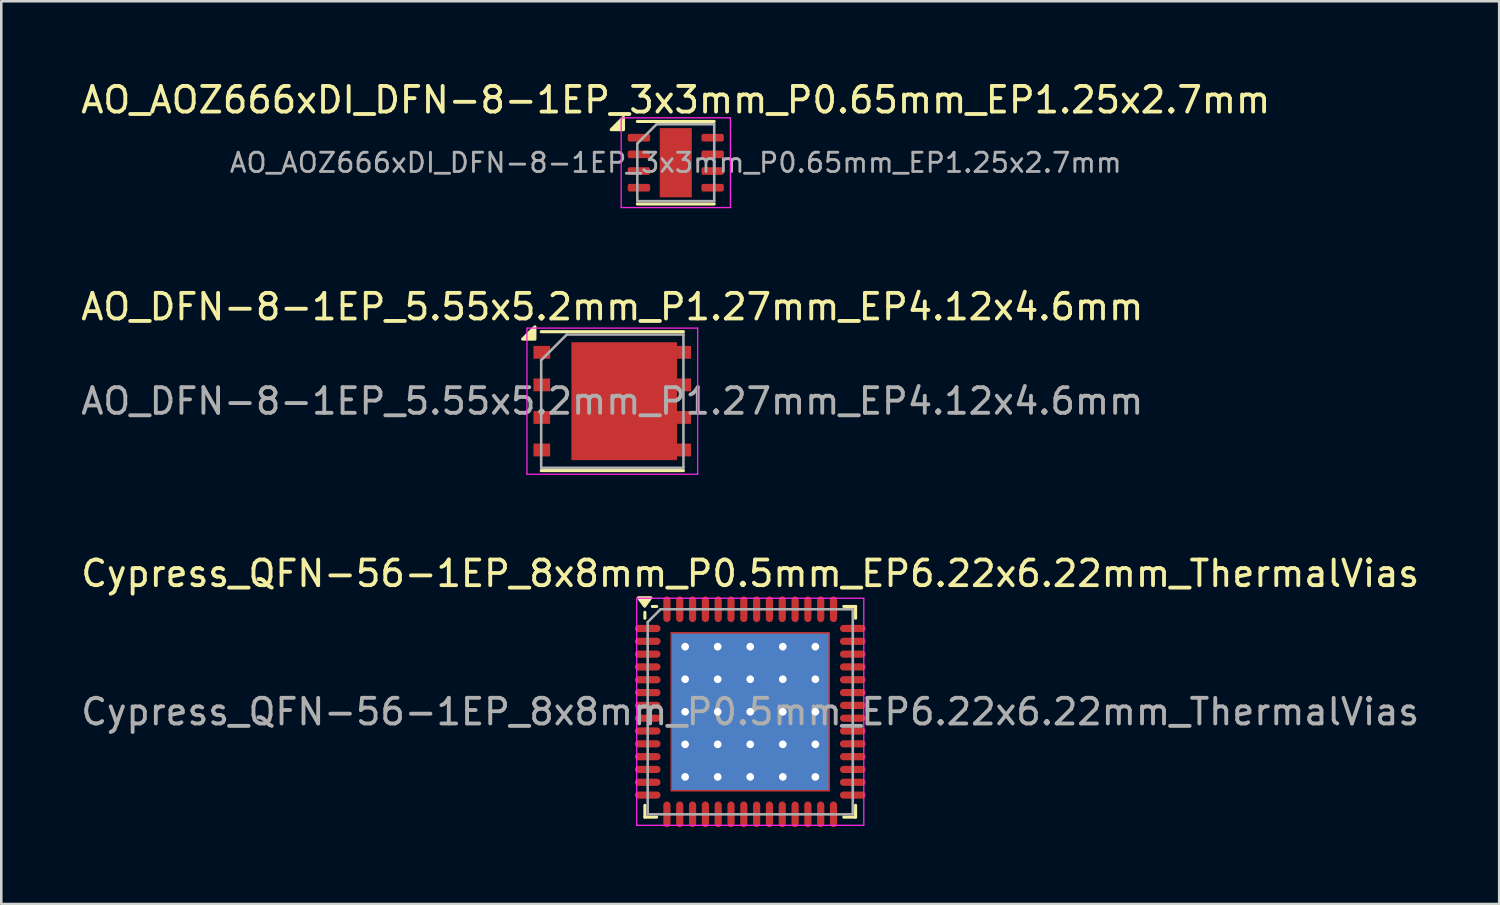
<source format=kicad_pcb>
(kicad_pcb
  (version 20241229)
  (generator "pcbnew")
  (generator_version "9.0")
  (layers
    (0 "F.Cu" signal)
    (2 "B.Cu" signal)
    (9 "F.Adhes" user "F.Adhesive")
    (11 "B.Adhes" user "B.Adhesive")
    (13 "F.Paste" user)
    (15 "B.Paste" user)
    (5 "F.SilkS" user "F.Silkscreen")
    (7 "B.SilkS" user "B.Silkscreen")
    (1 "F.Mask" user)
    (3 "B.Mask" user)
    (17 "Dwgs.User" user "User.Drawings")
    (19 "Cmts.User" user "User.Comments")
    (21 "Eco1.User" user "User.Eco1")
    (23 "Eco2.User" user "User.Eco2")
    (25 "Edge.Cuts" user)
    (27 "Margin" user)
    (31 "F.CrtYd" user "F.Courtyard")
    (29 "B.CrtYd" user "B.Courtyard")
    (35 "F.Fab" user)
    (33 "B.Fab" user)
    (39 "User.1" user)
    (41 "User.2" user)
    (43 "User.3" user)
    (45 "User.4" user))
  (footprint "Cypress_QFN-56-1EP_8x8mm_P0.5mm_EP6.22x6.22mm_ThermalVias"
    (layer "F.Cu")
    (at 26.22 24.72)
    (property "Reference" "Cypress_QFN-56-1EP_8x8mm_P0.5mm_EP6.22x6.22mm_ThermalVias" (at 0 -5.395 0) (layer "F.SilkS") (effects (font (size 1 1) (thickness 0.15))))
    (attr smd)
    (fp_line (start -2.54 -1.905) (end 2.54 -1.905) (stroke (width 0.864) (type solid)) (layer "F.Mask"))
    (fp_line (start -2.54 -0.635) (end 2.54 -0.635) (stroke (width 0.864) (type solid)) (layer "F.Mask"))
    (fp_line (start -2.54 0.635) (end 2.54 0.635) (stroke (width 0.864) (type solid)) (layer "F.Mask"))
    (fp_line (start -2.54 1.905) (end 2.54 1.905) (stroke (width 0.864) (type solid)) (layer "F.Mask"))
    (fp_line (start -1.905 -2.54) (end -1.905 2.54) (stroke (width 0.864) (type solid)) (layer "F.Mask"))
    (fp_line (start -0.635 -2.54) (end -0.635 2.54) (stroke (width 0.864) (type solid)) (layer "F.Mask"))
    (fp_line (start 0.635 -2.54) (end 0.635 2.54) (stroke (width 0.864) (type solid)) (layer "F.Mask"))
    (fp_line (start 1.905 -2.54) (end 1.905 2.54) (stroke (width 0.864) (type solid)) (layer "F.Mask"))
    (fp_circle (center -2.54 -2.54) (end -2.24 -2.54) (stroke (width 0.2) (type solid)) (fill no) (layer "F.Mask"))
    (fp_circle (center -2.54 -1.27) (end -2.24 -1.27) (stroke (width 0.2) (type solid)) (fill no) (layer "F.Mask"))
    (fp_circle (center -2.54 0) (end -2.24 0) (stroke (width 0.2) (type solid)) (fill no) (layer "F.Mask"))
    (fp_circle (center -2.54 1.27) (end -2.24 1.27) (stroke (width 0.2) (type solid)) (fill no) (layer "F.Mask"))
    (fp_circle (center -2.54 2.54) (end -2.24 2.54) (stroke (width 0.2) (type solid)) (fill no) (layer "F.Mask"))
    (fp_circle (center -1.27 -2.54) (end -0.97 -2.54) (stroke (width 0.2) (type solid)) (fill no) (layer "F.Mask"))
    (fp_circle (center -1.27 -1.27) (end -0.97 -1.27) (stroke (width 0.2) (type solid)) (fill no) (layer "F.Mask"))
    (fp_circle (center -1.27 0) (end -0.97 0) (stroke (width 0.2) (type solid)) (fill no) (layer "F.Mask"))
    (fp_circle (center -1.27 1.27) (end -0.97 1.27) (stroke (width 0.2) (type solid)) (fill no) (layer "F.Mask"))
    (fp_circle (center -1.27 2.54) (end -0.97 2.54) (stroke (width 0.2) (type solid)) (fill no) (layer "F.Mask"))
    (fp_circle (center 0 -2.54) (end 0.3 -2.54) (stroke (width 0.2) (type solid)) (fill no) (layer "F.Mask"))
    (fp_circle (center 0 -1.27) (end 0.3 -1.27) (stroke (width 0.2) (type solid)) (fill no) (layer "F.Mask"))
    (fp_circle (center 0 0) (end 0 -0.3) (stroke (width 0.2) (type solid)) (fill no) (layer "F.Mask"))
    (fp_circle (center 0 1.27) (end 0.3 1.27) (stroke (width 0.2) (type solid)) (fill no) (layer "F.Mask"))
    (fp_circle (center 0 2.54) (end 0.3 2.54) (stroke (width 0.2) (type solid)) (fill no) (layer "F.Mask"))
    (fp_circle (center 1.27 -2.54) (end 1.57 -2.54) (stroke (width 0.2) (type solid)) (fill no) (layer "F.Mask"))
    (fp_circle (center 1.27 -1.27) (end 1.57 -1.27) (stroke (width 0.2) (type solid)) (fill no) (layer "F.Mask"))
    (fp_circle (center 1.27 0) (end 1.57 0) (stroke (width 0.2) (type solid)) (fill no) (layer "F.Mask"))
    (fp_circle (center 1.27 1.27) (end 1.57 1.27) (stroke (width 0.2) (type solid)) (fill no) (layer "F.Mask"))
    (fp_circle (center 1.27 2.54) (end 1.57 2.54) (stroke (width 0.2) (type solid)) (fill no) (layer "F.Mask"))
    (fp_circle (center 2.54 -2.54) (end 2.84 -2.54) (stroke (width 0.2) (type solid)) (fill no) (layer "F.Mask"))
    (fp_circle (center 2.54 -1.27) (end 2.84 -1.27) (stroke (width 0.2) (type solid)) (fill no) (layer "F.Mask"))
    (fp_circle (center 2.54 0) (end 2.84 0) (stroke (width 0.2) (type solid)) (fill no) (layer "F.Mask"))
    (fp_circle (center 2.54 1.27) (end 2.84 1.27) (stroke (width 0.2) (type solid)) (fill no) (layer "F.Mask"))
    (fp_circle (center 2.54 2.54) (end 2.84 2.54) (stroke (width 0.2) (type solid)) (fill no) (layer "F.Mask"))
    (fp_poly (pts (xy -3.11 -3.11) (xy -2.75 -3.11) (xy -2.75 3.11) (xy -3.11 3.11)) (stroke (width 0) (type solid)) (fill yes) (layer "F.Mask"))
    (fp_poly (pts (xy -3.11 3.11) (xy -3.11 2.75) (xy 3.11 2.75) (xy 3.11 3.11)) (stroke (width 0) (type solid)) (fill yes) (layer "F.Mask"))
    (fp_poly (pts (xy 3.11 -3.11) (xy 3.11 -2.75) (xy -3.11 -2.75) (xy -3.11 -3.11)) (stroke (width 0) (type solid)) (fill yes) (layer "F.Mask"))
    (fp_poly (pts (xy 3.11 3.11) (xy 2.75 3.11) (xy 2.75 -3.11) (xy 3.11 -3.11)) (stroke (width 0) (type solid)) (fill yes) (layer "F.Mask"))
    (fp_line (start -4.11 -3.65) (end -4.11 -3.88) (stroke (width 0.12) (type solid)) (layer "F.SilkS"))
    (fp_line (start -4.11 4.11) (end -4.11 3.65) (stroke (width 0.12) (type solid)) (layer "F.SilkS"))
    (fp_line (start -4.11 4.11) (end -3.65 4.11) (stroke (width 0.12) (type solid)) (layer "F.SilkS"))
    (fp_line (start -3.65 -4.11) (end -3.82 -4.11) (stroke (width 0.12) (type solid)) (layer "F.SilkS"))
    (fp_line (start 3.65 -4.11) (end 4.11 -4.11) (stroke (width 0.12) (type solid)) (layer "F.SilkS"))
    (fp_line (start 4.11 -4.11) (end 4.11 -3.65) (stroke (width 0.12) (type solid)) (layer "F.SilkS"))
    (fp_line (start 4.11 3.65) (end 4.11 4.11) (stroke (width 0.12) (type solid)) (layer "F.SilkS"))
    (fp_line (start 4.11 4.11) (end 3.65 4.11) (stroke (width 0.12) (type solid)) (layer "F.SilkS"))
    (fp_poly (pts (xy -4.12 -4.12) (xy -4.36 -4.45) (xy -3.88 -4.45) (xy -4.12 -4.12)) (stroke (width 0.12) (type solid)) (fill yes) (layer "F.SilkS"))
    (fp_line (start -4.43 -4.43) (end 4.43 -4.43) (stroke (width 0.05) (type solid)) (layer "F.CrtYd"))
    (fp_line (start -4.43 4.43) (end -4.43 -4.43) (stroke (width 0.05) (type solid)) (layer "F.CrtYd"))
    (fp_line (start 4.43 -4.43) (end 4.43 4.43) (stroke (width 0.05) (type solid)) (layer "F.CrtYd"))
    (fp_line (start 4.43 4.43) (end -4.43 4.43) (stroke (width 0.05) (type solid)) (layer "F.CrtYd"))
    (fp_line (start -4 -3.5) (end -3.5 -4) (stroke (width 0.1) (type solid)) (layer "F.Fab"))
    (fp_line (start -4 4) (end -4 -3.5) (stroke (width 0.1) (type solid)) (layer "F.Fab"))
    (fp_line (start -3.5 -4) (end 4 -4) (stroke (width 0.1) (type solid)) (layer "F.Fab"))
    (fp_line (start 4 -4) (end 4 4) (stroke (width 0.1) (type solid)) (layer "F.Fab"))
    (fp_line (start 4 4) (end -4 4) (stroke (width 0.1) (type solid)) (layer "F.Fab"))
    (fp_text user "${REFERENCE}" (at 0 0 0) (layer "F.Fab") (effects (font (size 1 1) (thickness 0.15))))
    (pad "" smd rect (at -1.555 -1.555) (size 2.6 2.6) (layers "F.Paste"))
    (pad "" smd rect (at -1.555 1.555) (size 2.6 2.6) (layers "F.Paste"))
    (pad "" smd rect (at 1.555 -1.555) (size 2.6 2.6) (layers "F.Paste"))
    (pad "" smd rect (at 1.555 1.555) (size 2.6 2.6) (layers "F.Paste"))
    (pad "1" smd oval (at -4 -3.25) (size 1 0.28) (layers "F.Cu" "F.Mask" "F.Paste"))
    (pad "2" smd oval (at -4 -2.75) (size 1 0.28) (layers "F.Cu" "F.Mask" "F.Paste"))
    (pad "3" smd oval (at -4 -2.25) (size 1 0.28) (layers "F.Cu" "F.Mask" "F.Paste"))
    (pad "4" smd oval (at -4 -1.75) (size 1 0.28) (layers "F.Cu" "F.Mask" "F.Paste"))
    (pad "5" smd oval (at -4 -1.25) (size 1 0.28) (layers "F.Cu" "F.Mask" "F.Paste"))
    (pad "6" smd oval (at -4 -0.75) (size 1 0.28) (layers "F.Cu" "F.Mask" "F.Paste"))
    (pad "7" smd oval (at -4 -0.25) (size 1 0.28) (layers "F.Cu" "F.Mask" "F.Paste"))
    (pad "8" smd oval (at -4 0.25) (size 1 0.28) (layers "F.Cu" "F.Mask" "F.Paste"))
    (pad "9" smd oval (at -4 0.75) (size 1 0.28) (layers "F.Cu" "F.Mask" "F.Paste"))
    (pad "10" smd oval (at -4 1.25) (size 1 0.28) (layers "F.Cu" "F.Mask" "F.Paste"))
    (pad "11" smd oval (at -4 1.75) (size 1 0.28) (layers "F.Cu" "F.Mask" "F.Paste"))
    (pad "12" smd oval (at -4 2.25) (size 1 0.28) (layers "F.Cu" "F.Mask" "F.Paste"))
    (pad "13" smd oval (at -4 2.75) (size 1 0.28) (layers "F.Cu" "F.Mask" "F.Paste"))
    (pad "14" smd oval (at -4 3.25) (size 1 0.28) (layers "F.Cu" "F.Mask" "F.Paste"))
    (pad "15" smd oval (at -3.25 4) (size 0.28 1) (layers "F.Cu" "F.Mask" "F.Paste"))
    (pad "16" smd oval (at -2.75 4) (size 0.28 1) (layers "F.Cu" "F.Mask" "F.Paste"))
    (pad "17" smd oval (at -2.25 4) (size 0.28 1) (layers "F.Cu" "F.Mask" "F.Paste"))
    (pad "18" smd oval (at -1.75 4) (size 0.28 1) (layers "F.Cu" "F.Mask" "F.Paste"))
    (pad "19" smd oval (at -1.25 4) (size 0.28 1) (layers "F.Cu" "F.Mask" "F.Paste"))
    (pad "20" smd oval (at -0.75 4) (size 0.28 1) (layers "F.Cu" "F.Mask" "F.Paste"))
    (pad "21" smd oval (at -0.25 4) (size 0.28 1) (layers "F.Cu" "F.Mask" "F.Paste"))
    (pad "22" smd oval (at 0.25 4) (size 0.28 1) (layers "F.Cu" "F.Mask" "F.Paste"))
    (pad "23" smd oval (at 0.75 4) (size 0.28 1) (layers "F.Cu" "F.Mask" "F.Paste"))
    (pad "24" smd oval (at 1.25 4) (size 0.28 1) (layers "F.Cu" "F.Mask" "F.Paste"))
    (pad "25" smd oval (at 1.75 4) (size 0.28 1) (layers "F.Cu" "F.Mask" "F.Paste"))
    (pad "26" smd oval (at 2.25 4) (size 0.28 1) (layers "F.Cu" "F.Mask" "F.Paste"))
    (pad "27" smd oval (at 2.75 4) (size 0.28 1) (layers "F.Cu" "F.Mask" "F.Paste"))
    (pad "28" smd oval (at 3.25 4) (size 0.28 1) (layers "F.Cu" "F.Mask" "F.Paste"))
    (pad "29" smd oval (at 4 3.25) (size 1 0.28) (layers "F.Cu" "F.Mask" "F.Paste"))
    (pad "30" smd oval (at 4 2.75) (size 1 0.28) (layers "F.Cu" "F.Mask" "F.Paste"))
    (pad "31" smd oval (at 4 2.25) (size 1 0.28) (layers "F.Cu" "F.Mask" "F.Paste"))
    (pad "32" smd oval (at 4 1.75) (size 1 0.28) (layers "F.Cu" "F.Mask" "F.Paste"))
    (pad "33" smd oval (at 4 1.25) (size 1 0.28) (layers "F.Cu" "F.Mask" "F.Paste"))
    (pad "34" smd oval (at 4 0.75) (size 1 0.28) (layers "F.Cu" "F.Mask" "F.Paste"))
    (pad "35" smd oval (at 4 0.25) (size 1 0.28) (layers "F.Cu" "F.Mask" "F.Paste"))
    (pad "36" smd oval (at 4 -0.25) (size 1 0.28) (layers "F.Cu" "F.Mask" "F.Paste"))
    (pad "37" smd oval (at 4 -0.75) (size 1 0.28) (layers "F.Cu" "F.Mask" "F.Paste"))
    (pad "38" smd oval (at 4 -1.25) (size 1 0.28) (layers "F.Cu" "F.Mask" "F.Paste"))
    (pad "39" smd oval (at 4 -1.75) (size 1 0.28) (layers "F.Cu" "F.Mask" "F.Paste"))
    (pad "40" smd oval (at 4 -2.25) (size 1 0.28) (layers "F.Cu" "F.Mask" "F.Paste"))
    (pad "41" smd oval (at 4 -2.75) (size 1 0.28) (layers "F.Cu" "F.Mask" "F.Paste"))
    (pad "42" smd oval (at 4 -3.25) (size 1 0.28) (layers "F.Cu" "F.Mask" "F.Paste"))
    (pad "43" smd oval (at 3.25 -4) (size 0.28 1) (layers "F.Cu" "F.Mask" "F.Paste"))
    (pad "44" smd oval (at 2.75 -4) (size 0.28 1) (layers "F.Cu" "F.Mask" "F.Paste"))
    (pad "45" smd oval (at 2.25 -4) (size 0.28 1) (layers "F.Cu" "F.Mask" "F.Paste"))
    (pad "46" smd oval (at 1.75 -4) (size 0.28 1) (layers "F.Cu" "F.Mask" "F.Paste"))
    (pad "47" smd oval (at 1.25 -4) (size 0.28 1) (layers "F.Cu" "F.Mask" "F.Paste"))
    (pad "48" smd oval (at 0.75 -4) (size 0.28 1) (layers "F.Cu" "F.Mask" "F.Paste"))
    (pad "49" smd oval (at 0.25 -4) (size 0.28 1) (layers "F.Cu" "F.Mask" "F.Paste"))
    (pad "50" smd oval (at -0.25 -4) (size 0.28 1) (layers "F.Cu" "F.Mask" "F.Paste"))
    (pad "51" smd oval (at -0.75 -4) (size 0.28 1) (layers "F.Cu" "F.Mask" "F.Paste"))
    (pad "52" smd oval (at -1.25 -4) (size 0.28 1) (layers "F.Cu" "F.Mask" "F.Paste"))
    (pad "53" smd oval (at -1.75 -4) (size 0.28 1) (layers "F.Cu" "F.Mask" "F.Paste"))
    (pad "54" smd oval (at -2.25 -4) (size 0.28 1) (layers "F.Cu" "F.Mask" "F.Paste"))
    (pad "55" smd oval (at -2.75 -4) (size 0.28 1) (layers "F.Cu" "F.Mask" "F.Paste"))
    (pad "56" smd oval (at -3.25 -4) (size 0.28 1) (layers "F.Cu" "F.Mask" "F.Paste"))
    (pad "57" thru_hole circle (at -2.54 -2.54) (size 0.6 0.6) (drill 0.3) (layers "*.Cu"))
    (pad "57" thru_hole circle (at -2.54 -1.27) (size 0.6 0.6) (drill 0.3) (layers "*.Cu"))
    (pad "57" thru_hole circle (at -2.54 0) (size 0.6 0.6) (drill 0.3) (layers "*.Cu"))
    (pad "57" thru_hole circle (at -2.54 1.27) (size 0.6 0.6) (drill 0.3) (layers "*.Cu"))
    (pad "57" thru_hole circle (at -2.54 2.54) (size 0.6 0.6) (drill 0.3) (layers "*.Cu"))
    (pad "57" thru_hole circle (at -1.27 -2.54) (size 0.6 0.6) (drill 0.3) (layers "*.Cu"))
    (pad "57" thru_hole circle (at -1.27 -1.27) (size 0.6 0.6) (drill 0.3) (layers "*.Cu"))
    (pad "57" thru_hole circle (at -1.27 0) (size 0.6 0.6) (drill 0.3) (layers "*.Cu"))
    (pad "57" thru_hole circle (at -1.27 1.27) (size 0.6 0.6) (drill 0.3) (layers "*.Cu"))
    (pad "57" thru_hole circle (at -1.27 2.54) (size 0.6 0.6) (drill 0.3) (layers "*.Cu"))
    (pad "57" thru_hole circle (at 0 -2.54) (size 0.6 0.6) (drill 0.3) (layers "*.Cu"))
    (pad "57" thru_hole circle (at 0 -1.27) (size 0.6 0.6) (drill 0.3) (layers "*.Cu"))
    (pad "57" thru_hole circle (at 0 0) (size 0.6 0.6) (drill 0.3) (layers "*.Cu"))
    (pad "57" smd rect (at 0 0) (size 6.1 6.1) (layers "B.Cu"))
    (pad "57" smd rect (at 0 0) (size 6.22 6.22) (layers "F.Cu"))
    (pad "57" thru_hole circle (at 0 1.27) (size 0.6 0.6) (drill 0.3) (layers "*.Cu"))
    (pad "57" thru_hole circle (at 0 2.54) (size 0.6 0.6) (drill 0.3) (layers "*.Cu"))
    (pad "57" thru_hole circle (at 1.27 -2.54) (size 0.6 0.6) (drill 0.3) (layers "*.Cu"))
    (pad "57" thru_hole circle (at 1.27 -1.27) (size 0.6 0.6) (drill 0.3) (layers "*.Cu"))
    (pad "57" thru_hole circle (at 1.27 0) (size 0.6 0.6) (drill 0.3) (layers "*.Cu"))
    (pad "57" thru_hole circle (at 1.27 1.27) (size 0.6 0.6) (drill 0.3) (layers "*.Cu"))
    (pad "57" thru_hole circle (at 1.27 2.54) (size 0.6 0.6) (drill 0.3) (layers "*.Cu"))
    (pad "57" thru_hole circle (at 2.54 -2.54) (size 0.6 0.6) (drill 0.3) (layers "*.Cu"))
    (pad "57" thru_hole circle (at 2.54 -1.27) (size 0.6 0.6) (drill 0.3) (layers "*.Cu"))
    (pad "57" thru_hole circle (at 2.54 0) (size 0.6 0.6) (drill 0.3) (layers "*.Cu"))
    (pad "57" thru_hole circle (at 2.54 1.27) (size 0.6 0.6) (drill 0.3) (layers "*.Cu"))
    (pad "57" thru_hole circle (at 2.54 2.54) (size 0.6 0.6) (drill 0.3) (layers "*.Cu")))
  (footprint "AO_DFN-8-1EP_5.55x5.2mm_P1.27mm_EP4.12x4.6mm"
    (layer "F.Cu")
    (at 20.839 12.601)
    (property "Reference" "AO_DFN-8-1EP_5.55x5.2mm_P1.27mm_EP4.12x4.6mm" (at 0 -3.68 0) (layer "F.SilkS") (effects (font (size 1 1) (thickness 0.15))))
    (attr smd)
    (fp_line (start -2.775 -2.71) (end 2.775 -2.71) (stroke (width 0.12) (type solid)) (layer "F.SilkS"))
    (fp_line (start -2.775 2.71) (end 2.775 2.71) (stroke (width 0.12) (type solid)) (layer "F.SilkS"))
    (fp_poly (pts (xy -3.02 -2.42) (xy -3.5 -2.42) (xy -3.02 -2.9) (xy -3.02 -2.42)) (stroke (width 0.12) (type solid)) (fill yes) (layer "F.SilkS"))
    (fp_line (start -3.33 -2.85) (end -3.33 2.85) (stroke (width 0.05) (type solid)) (layer "F.CrtYd"))
    (fp_line (start -3.33 -2.85) (end 3.33 -2.85) (stroke (width 0.05) (type solid)) (layer "F.CrtYd"))
    (fp_line (start -3.33 2.85) (end 3.33 2.85) (stroke (width 0.05) (type solid)) (layer "F.CrtYd"))
    (fp_line (start 3.33 -2.85) (end 3.33 2.85) (stroke (width 0.05) (type solid)) (layer "F.CrtYd"))
    (fp_line (start -2.775 2.6) (end -2.775 -1.6) (stroke (width 0.1) (type solid)) (layer "F.Fab"))
    (fp_line (start -2.775 2.6) (end 2.775 2.6) (stroke (width 0.1) (type solid)) (layer "F.Fab"))
    (fp_line (start -1.775 -2.6) (end -2.775 -1.6) (stroke (width 0.1) (type solid)) (layer "F.Fab"))
    (fp_line (start 2.775 -2.6) (end -1.775 -2.6) (stroke (width 0.1) (type solid)) (layer "F.Fab"))
    (fp_line (start 2.775 -2.6) (end 2.775 2.6) (stroke (width 0.1) (type solid)) (layer "F.Fab"))
    (fp_text user "${REFERENCE}" (at 0 0 0) (layer "F.Fab") (effects (font (size 1 1) (thickness 0.15))))
    (pad "" smd rect (at -1 -1.65 270) (size 0.9 0.78) (layers "F.Paste"))
    (pad "" smd rect (at -1 -0.55 270) (size 0.9 0.78) (layers "F.Paste"))
    (pad "" smd rect (at -1 0.55 270) (size 0.9 0.78) (layers "F.Paste"))
    (pad "" smd rect (at -1 1.65 270) (size 0.9 0.78) (layers "F.Paste"))
    (pad "" smd rect (at -0.02 -1.65 270) (size 0.9 0.78) (layers "F.Paste"))
    (pad "" smd rect (at -0.02 -0.55 270) (size 0.9 0.78) (layers "F.Paste"))
    (pad "" smd rect (at -0.02 0.55 270) (size 0.9 0.78) (layers "F.Paste"))
    (pad "" smd rect (at -0.02 1.65 270) (size 0.9 0.78) (layers "F.Paste"))
    (pad "" smd rect (at 0.96 -1.65 270) (size 0.9 0.78) (layers "F.Paste"))
    (pad "" smd rect (at 0.96 -0.55 270) (size 0.9 0.78) (layers "F.Paste"))
    (pad "" smd rect (at 0.96 0.55 270) (size 0.9 0.78) (layers "F.Paste"))
    (pad "" smd rect (at 0.96 1.65 270) (size 0.9 0.78) (layers "F.Paste"))
    (pad "" smd rect (at 1.94 -1.65 270) (size 0.9 0.78) (layers "F.Paste"))
    (pad "" smd rect (at 1.94 -0.55 270) (size 0.9 0.78) (layers "F.Paste"))
    (pad "" smd rect (at 1.94 0.55 270) (size 0.9 0.78) (layers "F.Paste"))
    (pad "" smd rect (at 1.94 1.65 270) (size 0.9 0.78) (layers "F.Paste"))
    (pad "1" smd rect (at -2.75 -1.905 270) (size 0.5 0.65) (layers "F.Cu" "F.Mask" "F.Paste"))
    (pad "2" smd rect (at -2.75 -0.635 270) (size 0.5 0.65) (layers "F.Cu" "F.Mask" "F.Paste"))
    (pad "3" smd rect (at -2.75 0.635 270) (size 0.5 0.65) (layers "F.Cu" "F.Mask" "F.Paste"))
    (pad "4" smd rect (at -2.75 1.905 270) (size 0.5 0.65) (layers "F.Cu" "F.Mask" "F.Paste"))
    (pad "5" smd rect (at 0.465 0 270) (size 4.6 4.12) (layers "F.Cu" "F.Mask"))
    (pad "5" smd rect (at 2.8 -1.905 270) (size 0.5 0.55) (layers "F.Cu" "F.Mask" "F.Paste"))
    (pad "5" smd rect (at 2.8 -0.635 270) (size 0.5 0.55) (layers "F.Cu" "F.Mask" "F.Paste"))
    (pad "5" smd rect (at 2.8 0.635 270) (size 0.5 0.55) (layers "F.Cu" "F.Mask" "F.Paste"))
    (pad "5" smd rect (at 2.8 1.905 270) (size 0.5 0.55) (layers "F.Cu" "F.Mask" "F.Paste")))
  (footprint "AO_AOZ666xDI_DFN-8-1EP_3x3mm_P0.65mm_EP1.25x2.7mm"
    (layer "F.Cu")
    (at 23.315 3.298)
    (property "Reference" "AO_AOZ666xDI_DFN-8-1EP_3x3mm_P0.65mm_EP1.25x2.7mm" (at 0 -2.45 0) (layer "F.SilkS") (effects (font (size 1 1) (thickness 0.15))))
    (attr smd)
    (fp_line (start -1.5 -1.61) (end 1.5 -1.61) (stroke (width 0.12) (type solid)) (layer "F.SilkS"))
    (fp_line (start -1.5 1.61) (end 1.5 1.61) (stroke (width 0.12) (type solid)) (layer "F.SilkS"))
    (fp_poly (pts (xy -2.04 -1.29) (xy -2.52 -1.29) (xy -2.04 -1.77) (xy -2.04 -1.29)) (stroke (width 0.12) (type solid)) (fill yes) (layer "F.SilkS"))
    (fp_line (start -2.13 -1.75) (end -2.13 1.75) (stroke (width 0.05) (type solid)) (layer "F.CrtYd"))
    (fp_line (start -2.13 1.75) (end 2.13 1.75) (stroke (width 0.05) (type solid)) (layer "F.CrtYd"))
    (fp_line (start 2.13 -1.75) (end -2.13 -1.75) (stroke (width 0.05) (type solid)) (layer "F.CrtYd"))
    (fp_line (start 2.13 1.75) (end 2.13 -1.75) (stroke (width 0.05) (type solid)) (layer "F.CrtYd"))
    (fp_line (start -1.5 -0.75) (end -0.75 -1.5) (stroke (width 0.1) (type solid)) (layer "F.Fab"))
    (fp_line (start -1.5 1.5) (end -1.5 -0.75) (stroke (width 0.1) (type solid)) (layer "F.Fab"))
    (fp_line (start -0.75 -1.5) (end 1.5 -1.5) (stroke (width 0.1) (type solid)) (layer "F.Fab"))
    (fp_line (start 1.5 -1.5) (end 1.5 1.5) (stroke (width 0.1) (type solid)) (layer "F.Fab"))
    (fp_line (start 1.5 1.5) (end -1.5 1.5) (stroke (width 0.1) (type solid)) (layer "F.Fab"))
    (fp_text user "${REFERENCE}" (at 0 0 0) (layer "F.Fab") (effects (font (size 0.75 0.75) (thickness 0.11))))
    (pad "" smd roundrect (at -0.31 -0.675) (size 0.5 1.09) (layers "F.Paste") (roundrect_rratio 0.25))
    (pad "" smd roundrect (at -0.31 0.675) (size 0.5 1.09) (layers "F.Paste") (roundrect_rratio 0.25))
    (pad "" smd roundrect (at 0.31 -0.675) (size 0.5 1.09) (layers "F.Paste") (roundrect_rratio 0.25))
    (pad "" smd roundrect (at 0.31 0.675) (size 0.5 1.09) (layers "F.Paste") (roundrect_rratio 0.25))
    (pad "1" smd roundrect (at -1.438 -0.975) (size 0.875 0.3) (layers "F.Cu" "F.Mask" "F.Paste") (roundrect_rratio 0.25))
    (pad "2" smd roundrect (at -1.438 -0.325) (size 0.875 0.3) (layers "F.Cu" "F.Mask" "F.Paste") (roundrect_rratio 0.25))
    (pad "3" smd roundrect (at -1.438 0.325) (size 0.875 0.3) (layers "F.Cu" "F.Mask" "F.Paste") (roundrect_rratio 0.25))
    (pad "4" smd roundrect (at -1.438 0.975) (size 0.875 0.3) (layers "F.Cu" "F.Mask" "F.Paste") (roundrect_rratio 0.25))
    (pad "5" smd roundrect (at 1.438 0.975) (size 0.875 0.3) (layers "F.Cu" "F.Mask" "F.Paste") (roundrect_rratio 0.25))
    (pad "6" smd roundrect (at 1.438 0.325) (size 0.875 0.3) (layers "F.Cu" "F.Mask" "F.Paste") (roundrect_rratio 0.25))
    (pad "7" smd roundrect (at 1.438 -0.325) (size 0.875 0.3) (layers "F.Cu" "F.Mask" "F.Paste") (roundrect_rratio 0.25))
    (pad "8" smd roundrect (at 1.438 -0.975) (size 0.875 0.3) (layers "F.Cu" "F.Mask" "F.Paste") (roundrect_rratio 0.25))
    (pad "9" smd rect (at 0 0) (size 1.25 2.7) (property pad_prop_heatsink) (layers "F.Cu" "F.Mask")))
  (gr_rect
    (start -3 -3)
    (end 55.44 32.22)
    (stroke (width 0.1) (type default))
    (fill no)
    (layer "Edge.Cuts")))
</source>
